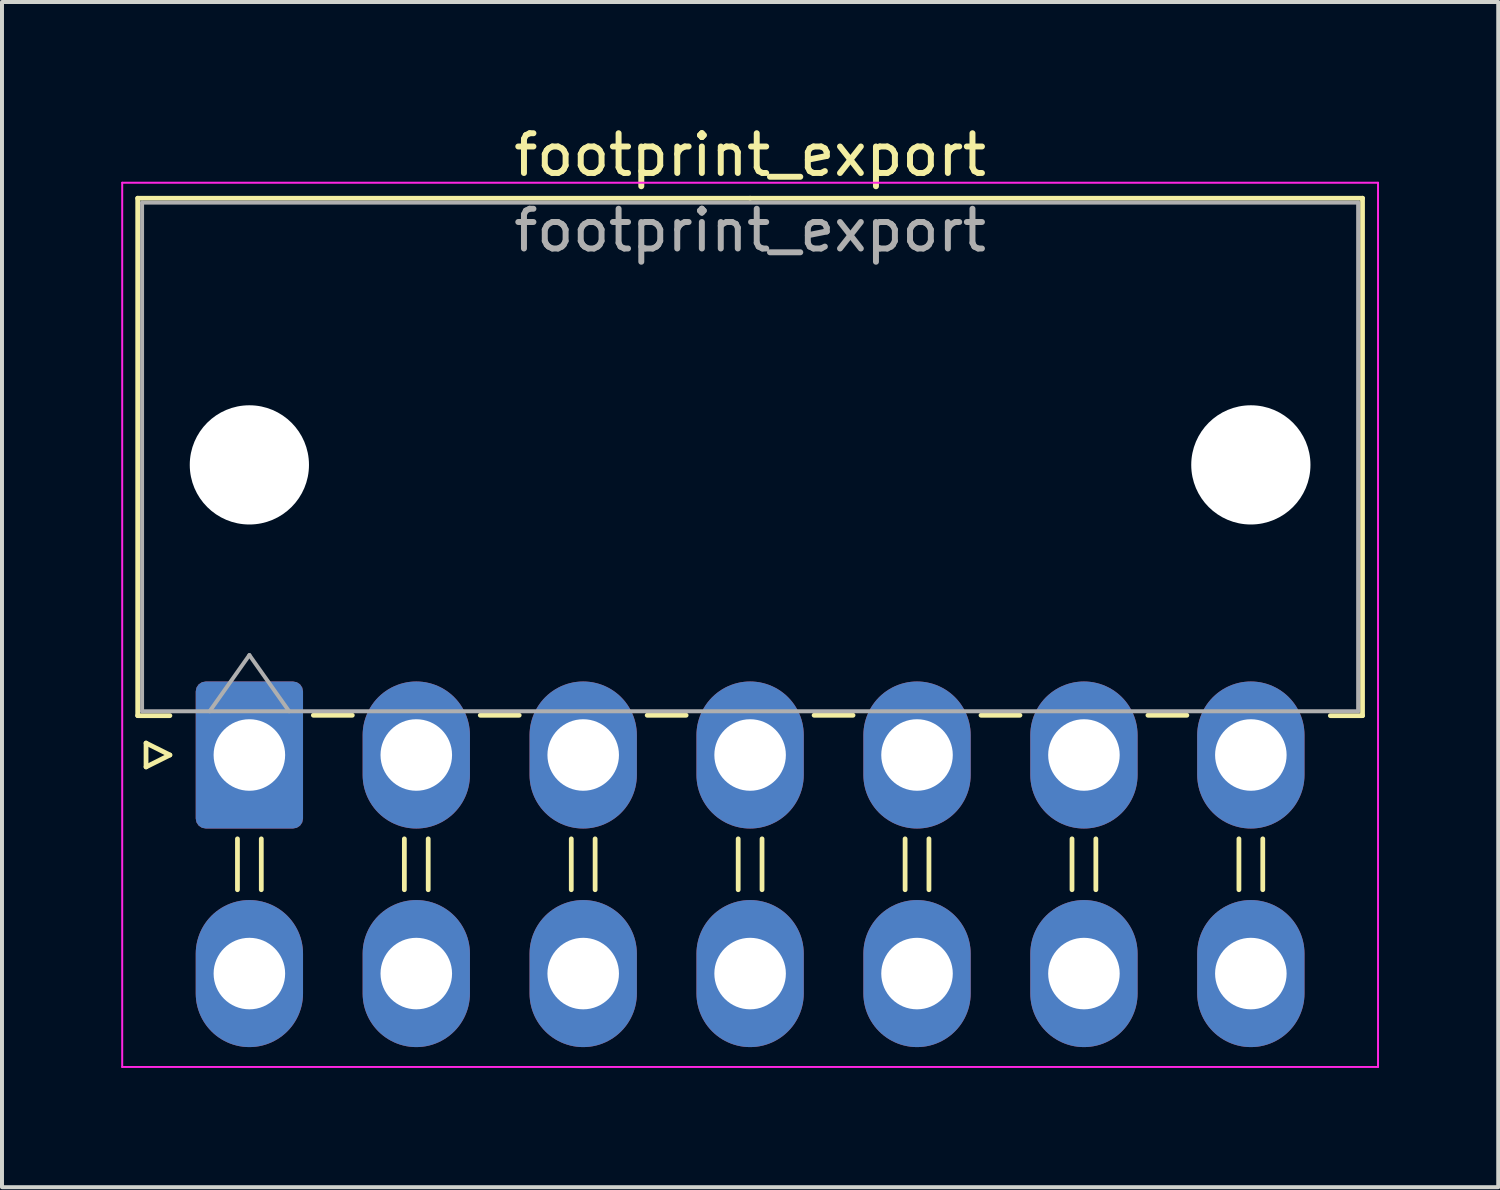
<source format=kicad_pcb>
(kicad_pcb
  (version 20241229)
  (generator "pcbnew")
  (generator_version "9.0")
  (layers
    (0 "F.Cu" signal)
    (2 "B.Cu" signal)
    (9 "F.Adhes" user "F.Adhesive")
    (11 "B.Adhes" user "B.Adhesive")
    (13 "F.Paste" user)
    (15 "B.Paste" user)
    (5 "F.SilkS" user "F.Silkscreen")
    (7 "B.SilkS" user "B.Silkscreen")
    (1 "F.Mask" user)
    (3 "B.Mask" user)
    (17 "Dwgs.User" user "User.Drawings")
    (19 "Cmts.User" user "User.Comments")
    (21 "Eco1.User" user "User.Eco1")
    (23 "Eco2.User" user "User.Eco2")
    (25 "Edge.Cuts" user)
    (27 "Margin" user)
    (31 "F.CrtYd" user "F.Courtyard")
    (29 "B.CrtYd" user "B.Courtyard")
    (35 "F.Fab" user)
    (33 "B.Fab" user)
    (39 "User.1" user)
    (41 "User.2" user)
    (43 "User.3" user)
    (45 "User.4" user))
  (footprint "footprint_export"
    (layer "F.Cu")
    (at 3.225 15.948)
    (property "Reference" "footprint_export" (at 12.6 -15.1 0) (layer "F.SilkS") (effects (font (size 1 1) (thickness 0.15))))
    (attr through_hole)
    (fp_line (start -2.81 -14.01) (end 12.6 -14.01) (stroke (width 0.12) (type solid)) (layer "F.SilkS"))
    (fp_line (start -2.81 -0.99) (end -2.81 -14.01) (stroke (width 0.12) (type solid)) (layer "F.SilkS"))
    (fp_line (start -2.6 -0.3) (end -2 0) (stroke (width 0.12) (type solid)) (layer "F.SilkS"))
    (fp_line (start -2.6 0.3) (end -2.6 -0.3) (stroke (width 0.12) (type solid)) (layer "F.SilkS"))
    (fp_line (start -2 -0.99) (end -2.81 -0.99) (stroke (width 0.12) (type solid)) (layer "F.SilkS"))
    (fp_line (start -2 0) (end -2.6 0.3) (stroke (width 0.12) (type solid)) (layer "F.SilkS"))
    (fp_line (start -0.3 2.11) (end -0.3 3.39) (stroke (width 0.12) (type solid)) (layer "F.SilkS"))
    (fp_line (start 0.3 2.11) (end 0.3 3.39) (stroke (width 0.12) (type solid)) (layer "F.SilkS"))
    (fp_line (start 1.61 -1) (end 2.59 -1) (stroke (width 0.12) (type solid)) (layer "F.SilkS"))
    (fp_line (start 3.9 2.11) (end 3.9 3.39) (stroke (width 0.12) (type solid)) (layer "F.SilkS"))
    (fp_line (start 4.5 2.11) (end 4.5 3.39) (stroke (width 0.12) (type solid)) (layer "F.SilkS"))
    (fp_line (start 5.81 -1) (end 6.79 -1) (stroke (width 0.12) (type solid)) (layer "F.SilkS"))
    (fp_line (start 8.1 2.11) (end 8.1 3.39) (stroke (width 0.12) (type solid)) (layer "F.SilkS"))
    (fp_line (start 8.7 2.11) (end 8.7 3.39) (stroke (width 0.12) (type solid)) (layer "F.SilkS"))
    (fp_line (start 10.01 -1) (end 10.99 -1) (stroke (width 0.12) (type solid)) (layer "F.SilkS"))
    (fp_line (start 12.3 2.11) (end 12.3 3.39) (stroke (width 0.12) (type solid)) (layer "F.SilkS"))
    (fp_line (start 12.9 2.11) (end 12.9 3.39) (stroke (width 0.12) (type solid)) (layer "F.SilkS"))
    (fp_line (start 14.21 -1) (end 15.19 -1) (stroke (width 0.12) (type solid)) (layer "F.SilkS"))
    (fp_line (start 16.5 2.11) (end 16.5 3.39) (stroke (width 0.12) (type solid)) (layer "F.SilkS"))
    (fp_line (start 17.1 2.11) (end 17.1 3.39) (stroke (width 0.12) (type solid)) (layer "F.SilkS"))
    (fp_line (start 18.41 -1) (end 19.39 -1) (stroke (width 0.12) (type solid)) (layer "F.SilkS"))
    (fp_line (start 20.7 2.11) (end 20.7 3.39) (stroke (width 0.12) (type solid)) (layer "F.SilkS"))
    (fp_line (start 21.3 2.11) (end 21.3 3.39) (stroke (width 0.12) (type solid)) (layer "F.SilkS"))
    (fp_line (start 22.61 -1) (end 23.59 -1) (stroke (width 0.12) (type solid)) (layer "F.SilkS"))
    (fp_line (start 24.9 2.11) (end 24.9 3.39) (stroke (width 0.12) (type solid)) (layer "F.SilkS"))
    (fp_line (start 25.5 2.11) (end 25.5 3.39) (stroke (width 0.12) (type solid)) (layer "F.SilkS"))
    (fp_line (start 27.2 -0.99) (end 28.01 -0.99) (stroke (width 0.12) (type solid)) (layer "F.SilkS"))
    (fp_line (start 28.01 -14.01) (end 12.6 -14.01) (stroke (width 0.12) (type solid)) (layer "F.SilkS"))
    (fp_line (start 28.01 -0.99) (end 28.01 -14.01) (stroke (width 0.12) (type solid)) (layer "F.SilkS"))
    (fp_line (start -3.2 -14.4) (end -3.2 7.85) (stroke (width 0.05) (type solid)) (layer "F.CrtYd"))
    (fp_line (start -3.2 7.85) (end 28.4 7.85) (stroke (width 0.05) (type solid)) (layer "F.CrtYd"))
    (fp_line (start 28.4 -14.4) (end -3.2 -14.4) (stroke (width 0.05) (type solid)) (layer "F.CrtYd"))
    (fp_line (start 28.4 7.85) (end 28.4 -14.4) (stroke (width 0.05) (type solid)) (layer "F.CrtYd"))
    (fp_line (start -2.7 -13.9) (end -2.7 -1.1) (stroke (width 0.1) (type solid)) (layer "F.Fab"))
    (fp_line (start -2.7 -1.1) (end 27.9 -1.1) (stroke (width 0.1) (type solid)) (layer "F.Fab"))
    (fp_line (start -1 -1.1) (end 0 -2.514) (stroke (width 0.1) (type solid)) (layer "F.Fab"))
    (fp_line (start 0 -2.514) (end 1 -1.1) (stroke (width 0.1) (type solid)) (layer "F.Fab"))
    (fp_line (start 27.9 -13.9) (end -2.7 -13.9) (stroke (width 0.1) (type solid)) (layer "F.Fab"))
    (fp_line (start 27.9 -1.1) (end 27.9 -13.9) (stroke (width 0.1) (type solid)) (layer "F.Fab"))
    (fp_text user "${REFERENCE}" (at 12.6 -13.2 0) (layer "F.Fab") (effects (font (size 1 1) (thickness 0.15))))
    (pad "" np_thru_hole circle (at 0 -7.3) (size 3 3) (drill 3) (layers "*.Cu" "*.Mask"))
    (pad "" np_thru_hole circle (at 25.2 -7.3) (size 3 3) (drill 3) (layers "*.Cu" "*.Mask"))
    (pad "1" thru_hole roundrect (at 0 0) (size 2.7 3.7) (drill 1.8) (layers "*.Cu" "*.Mask") (roundrect_rratio 0.093))
    (pad "2" thru_hole oval (at 4.2 0) (size 2.7 3.7) (drill 1.8) (layers "*.Cu" "*.Mask"))
    (pad "3" thru_hole oval (at 8.4 0) (size 2.7 3.7) (drill 1.8) (layers "*.Cu" "*.Mask"))
    (pad "4" thru_hole oval (at 12.6 0) (size 2.7 3.7) (drill 1.8) (layers "*.Cu" "*.Mask"))
    (pad "5" thru_hole oval (at 16.8 0) (size 2.7 3.7) (drill 1.8) (layers "*.Cu" "*.Mask"))
    (pad "6" thru_hole oval (at 21 0) (size 2.7 3.7) (drill 1.8) (layers "*.Cu" "*.Mask"))
    (pad "7" thru_hole oval (at 25.2 0) (size 2.7 3.7) (drill 1.8) (layers "*.Cu" "*.Mask"))
    (pad "8" thru_hole oval (at 0 5.5) (size 2.7 3.7) (drill 1.8) (layers "*.Cu" "*.Mask"))
    (pad "9" thru_hole oval (at 4.2 5.5) (size 2.7 3.7) (drill 1.8) (layers "*.Cu" "*.Mask"))
    (pad "10" thru_hole oval (at 8.4 5.5) (size 2.7 3.7) (drill 1.8) (layers "*.Cu" "*.Mask"))
    (pad "11" thru_hole oval (at 12.6 5.5) (size 2.7 3.7) (drill 1.8) (layers "*.Cu" "*.Mask"))
    (pad "12" thru_hole oval (at 16.8 5.5) (size 2.7 3.7) (drill 1.8) (layers "*.Cu" "*.Mask"))
    (pad "13" thru_hole oval (at 21 5.5) (size 2.7 3.7) (drill 1.8) (layers "*.Cu" "*.Mask"))
    (pad "14" thru_hole oval (at 25.2 5.5) (size 2.7 3.7) (drill 1.8) (layers "*.Cu" "*.Mask")))
  (gr_rect
    (start -3 -3)
    (end 34.65 26.823)
    (stroke (width 0.1) (type default))
    (fill no)
    (layer "Edge.Cuts")))
</source>
